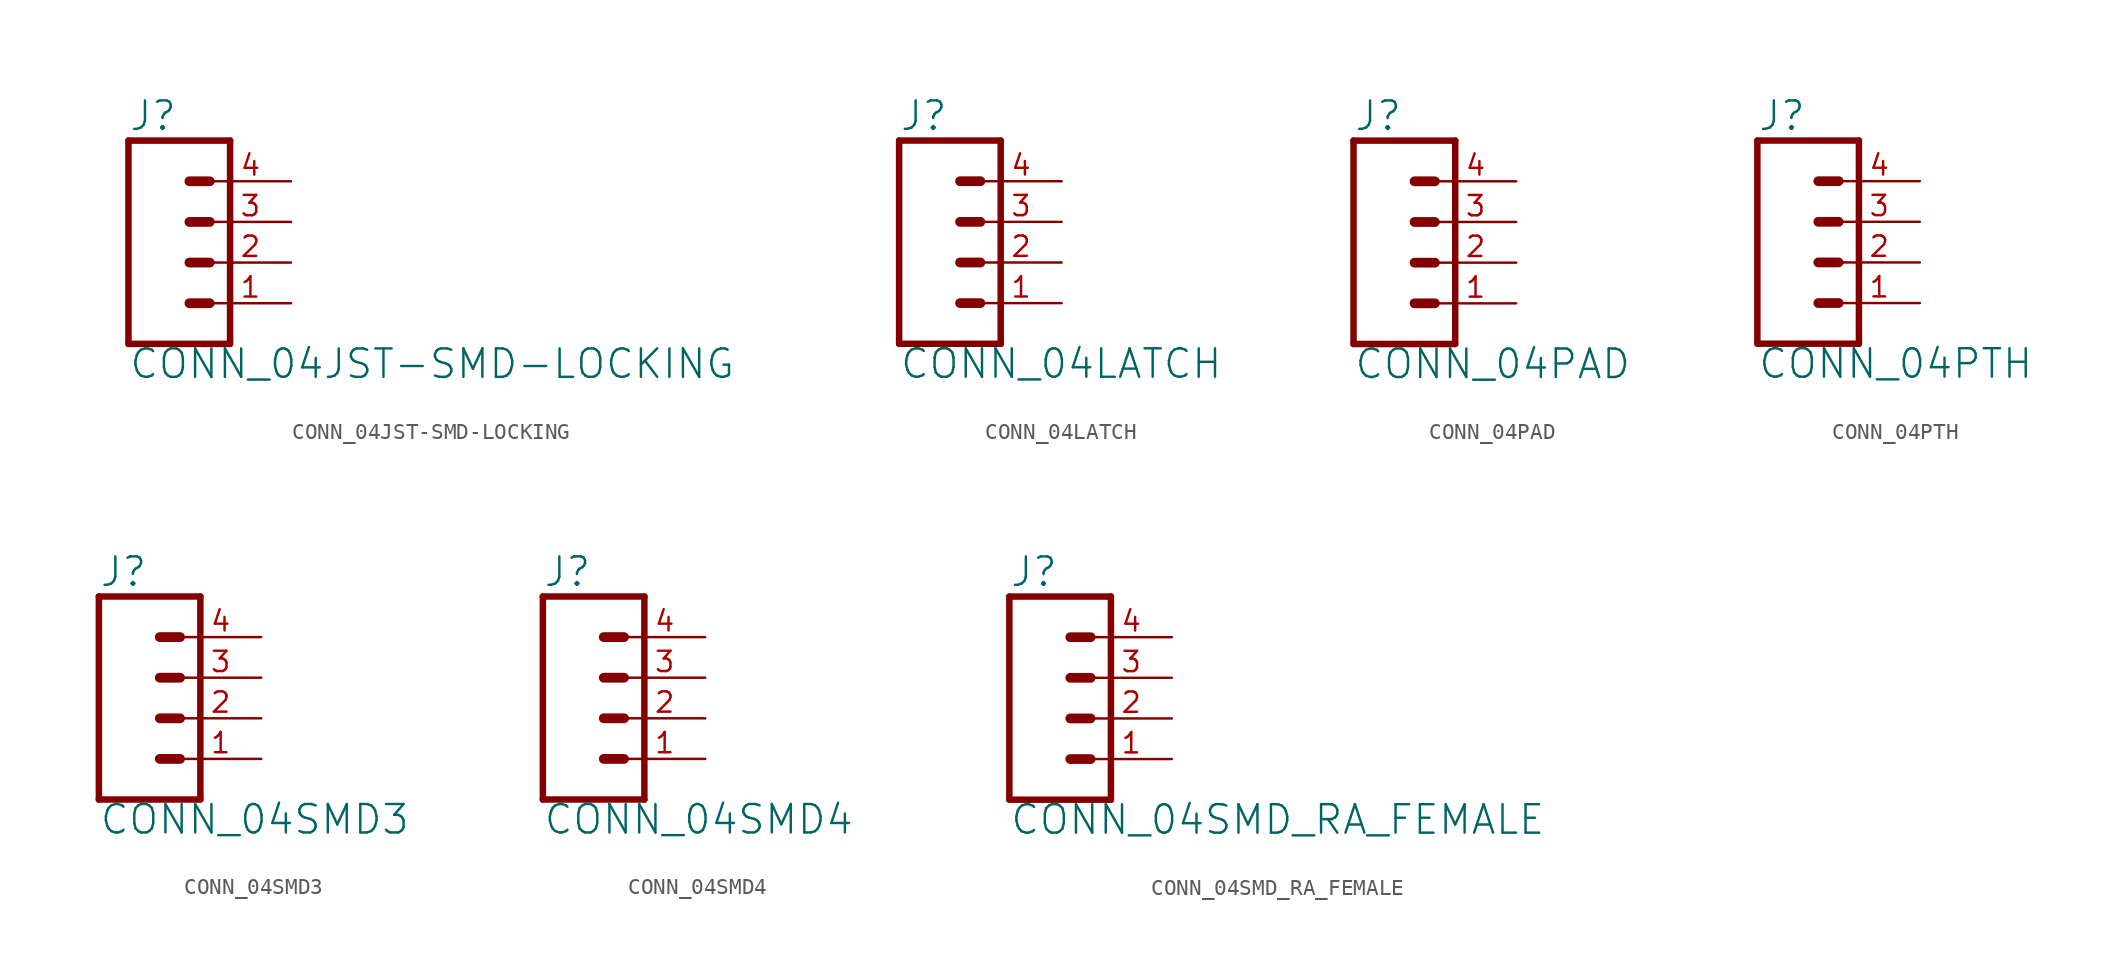
<source format=kicad_sym>
(kicad_symbol_lib
  (version 20211014)
  (generator kicad_symbol_editor)
  (symbol "CONN_04JST-SMD-LOCKING"
    (property "Reference" "J"
      (at -5.08 8.128 0)
      (effects (font (size 1.778 1.778)) (justify left bottom)))
    (property "Value" "CONN_04JST-SMD-LOCKING"
      (at -5.08 -7.366 0)
      (effects (font (size 1.778 1.778)) (justify left bottom)))
    (property "ki_locked" ""
      (at 0 0 0)
      (effects (font (size 1.27 1.27))))
    (symbol "CONN_04JST-SMD-LOCKING_1_0"
      (polyline (pts (xy -5.08 7.62) (xy -5.08 -5.08)) (stroke (width 0.406) (type default) (color 0 0 0 0)) (fill (type none)))
      (polyline (pts (xy -5.08 7.62) (xy 1.27 7.62)) (stroke (width 0.406) (type default) (color 0 0 0 0)) (fill (type none)))
      (polyline (pts (xy -1.27 -2.54) (xy 0 -2.54)) (stroke (width 0.61) (type default) (color 0 0 0 0)) (fill (type none)))
      (polyline (pts (xy -1.27 0) (xy 0 0)) (stroke (width 0.61) (type default) (color 0 0 0 0)) (fill (type none)))
      (polyline (pts (xy -1.27 2.54) (xy 0 2.54)) (stroke (width 0.61) (type default) (color 0 0 0 0)) (fill (type none)))
      (polyline (pts (xy -1.27 5.08) (xy 0 5.08)) (stroke (width 0.61) (type default) (color 0 0 0 0)) (fill (type none)))
      (polyline (pts (xy 1.27 -5.08) (xy -5.08 -5.08)) (stroke (width 0.406) (type default) (color 0 0 0 0)) (fill (type none)))
      (polyline (pts (xy 1.27 -5.08) (xy 1.27 7.62)) (stroke (width 0.406) (type default) (color 0 0 0 0)) (fill (type none)))
      (pin passive line (at 5.08 -2.54 180) (length 5.08) (name "1" (effects (font (size 0 0)))) (number "1" (effects (font (size 1.27 1.27)))))
      (pin passive line (at 5.08 0 180) (length 5.08) (name "2" (effects (font (size 0 0)))) (number "2" (effects (font (size 1.27 1.27)))))
      (pin passive line (at 5.08 2.54 180) (length 5.08) (name "3" (effects (font (size 0 0)))) (number "3" (effects (font (size 1.27 1.27)))))
      (pin passive line (at 5.08 5.08 180) (length 5.08) (name "4" (effects (font (size 0 0)))) (number "4" (effects (font (size 1.27 1.27)))))))
  (symbol "CONN_04LATCH"
    (property "Reference" "J"
      (at -5.08 8.128 0)
      (effects (font (size 1.778 1.778)) (justify left bottom)))
    (property "Value" "CONN_04LATCH"
      (at -5.08 -7.366 0)
      (effects (font (size 1.778 1.778)) (justify left bottom)))
    (property "ki_locked" ""
      (at 0 0 0)
      (effects (font (size 1.27 1.27))))
    (symbol "CONN_04LATCH_1_0"
      (polyline (pts (xy -5.08 7.62) (xy -5.08 -5.08)) (stroke (width 0.406) (type default) (color 0 0 0 0)) (fill (type none)))
      (polyline (pts (xy -5.08 7.62) (xy 1.27 7.62)) (stroke (width 0.406) (type default) (color 0 0 0 0)) (fill (type none)))
      (polyline (pts (xy -1.27 -2.54) (xy 0 -2.54)) (stroke (width 0.61) (type default) (color 0 0 0 0)) (fill (type none)))
      (polyline (pts (xy -1.27 0) (xy 0 0)) (stroke (width 0.61) (type default) (color 0 0 0 0)) (fill (type none)))
      (polyline (pts (xy -1.27 2.54) (xy 0 2.54)) (stroke (width 0.61) (type default) (color 0 0 0 0)) (fill (type none)))
      (polyline (pts (xy -1.27 5.08) (xy 0 5.08)) (stroke (width 0.61) (type default) (color 0 0 0 0)) (fill (type none)))
      (polyline (pts (xy 1.27 -5.08) (xy -5.08 -5.08)) (stroke (width 0.406) (type default) (color 0 0 0 0)) (fill (type none)))
      (polyline (pts (xy 1.27 -5.08) (xy 1.27 7.62)) (stroke (width 0.406) (type default) (color 0 0 0 0)) (fill (type none)))
      (pin passive line (at 5.08 -2.54 180) (length 5.08) (name "1" (effects (font (size 0 0)))) (number "1" (effects (font (size 1.27 1.27)))))
      (pin passive line (at 5.08 0 180) (length 5.08) (name "2" (effects (font (size 0 0)))) (number "2" (effects (font (size 1.27 1.27)))))
      (pin passive line (at 5.08 2.54 180) (length 5.08) (name "3" (effects (font (size 0 0)))) (number "3" (effects (font (size 1.27 1.27)))))
      (pin passive line (at 5.08 5.08 180) (length 5.08) (name "4" (effects (font (size 0 0)))) (number "4" (effects (font (size 1.27 1.27)))))))
  (symbol "CONN_04PAD"
    (property "Reference" "J"
      (at -5.08 8.128 0)
      (effects (font (size 1.778 1.778)) (justify left bottom)))
    (property "Value" "CONN_04PAD"
      (at -5.08 -7.366 0)
      (effects (font (size 1.778 1.778)) (justify left bottom)))
    (property "ki_locked" ""
      (at 0 0 0)
      (effects (font (size 1.27 1.27))))
    (symbol "CONN_04PAD_1_0"
      (polyline (pts (xy -5.08 7.62) (xy -5.08 -5.08)) (stroke (width 0.406) (type default) (color 0 0 0 0)) (fill (type none)))
      (polyline (pts (xy -5.08 7.62) (xy 1.27 7.62)) (stroke (width 0.406) (type default) (color 0 0 0 0)) (fill (type none)))
      (polyline (pts (xy -1.27 -2.54) (xy 0 -2.54)) (stroke (width 0.61) (type default) (color 0 0 0 0)) (fill (type none)))
      (polyline (pts (xy -1.27 0) (xy 0 0)) (stroke (width 0.61) (type default) (color 0 0 0 0)) (fill (type none)))
      (polyline (pts (xy -1.27 2.54) (xy 0 2.54)) (stroke (width 0.61) (type default) (color 0 0 0 0)) (fill (type none)))
      (polyline (pts (xy -1.27 5.08) (xy 0 5.08)) (stroke (width 0.61) (type default) (color 0 0 0 0)) (fill (type none)))
      (polyline (pts (xy 1.27 -5.08) (xy -5.08 -5.08)) (stroke (width 0.406) (type default) (color 0 0 0 0)) (fill (type none)))
      (polyline (pts (xy 1.27 -5.08) (xy 1.27 7.62)) (stroke (width 0.406) (type default) (color 0 0 0 0)) (fill (type none)))
      (pin passive line (at 5.08 -2.54 180) (length 5.08) (name "1" (effects (font (size 0 0)))) (number "1" (effects (font (size 1.27 1.27)))))
      (pin passive line (at 5.08 0 180) (length 5.08) (name "2" (effects (font (size 0 0)))) (number "2" (effects (font (size 1.27 1.27)))))
      (pin passive line (at 5.08 2.54 180) (length 5.08) (name "3" (effects (font (size 0 0)))) (number "3" (effects (font (size 1.27 1.27)))))
      (pin passive line (at 5.08 5.08 180) (length 5.08) (name "4" (effects (font (size 0 0)))) (number "4" (effects (font (size 1.27 1.27)))))))
  (symbol "CONN_04PTH"
    (property "Reference" "J"
      (at -5.08 8.128 0)
      (effects (font (size 1.778 1.778)) (justify left bottom)))
    (property "Value" "CONN_04PTH"
      (at -5.08 -7.366 0)
      (effects (font (size 1.778 1.778)) (justify left bottom)))
    (property "ki_locked" ""
      (at 0 0 0)
      (effects (font (size 1.27 1.27))))
    (symbol "CONN_04PTH_1_0"
      (polyline (pts (xy -5.08 7.62) (xy -5.08 -5.08)) (stroke (width 0.406) (type default) (color 0 0 0 0)) (fill (type none)))
      (polyline (pts (xy -5.08 7.62) (xy 1.27 7.62)) (stroke (width 0.406) (type default) (color 0 0 0 0)) (fill (type none)))
      (polyline (pts (xy -1.27 -2.54) (xy 0 -2.54)) (stroke (width 0.61) (type default) (color 0 0 0 0)) (fill (type none)))
      (polyline (pts (xy -1.27 0) (xy 0 0)) (stroke (width 0.61) (type default) (color 0 0 0 0)) (fill (type none)))
      (polyline (pts (xy -1.27 2.54) (xy 0 2.54)) (stroke (width 0.61) (type default) (color 0 0 0 0)) (fill (type none)))
      (polyline (pts (xy -1.27 5.08) (xy 0 5.08)) (stroke (width 0.61) (type default) (color 0 0 0 0)) (fill (type none)))
      (polyline (pts (xy 1.27 -5.08) (xy -5.08 -5.08)) (stroke (width 0.406) (type default) (color 0 0 0 0)) (fill (type none)))
      (polyline (pts (xy 1.27 -5.08) (xy 1.27 7.62)) (stroke (width 0.406) (type default) (color 0 0 0 0)) (fill (type none)))
      (pin passive line (at 5.08 -2.54 180) (length 5.08) (name "1" (effects (font (size 0 0)))) (number "1" (effects (font (size 1.27 1.27)))))
      (pin passive line (at 5.08 0 180) (length 5.08) (name "2" (effects (font (size 0 0)))) (number "2" (effects (font (size 1.27 1.27)))))
      (pin passive line (at 5.08 2.54 180) (length 5.08) (name "3" (effects (font (size 0 0)))) (number "3" (effects (font (size 1.27 1.27)))))
      (pin passive line (at 5.08 5.08 180) (length 5.08) (name "4" (effects (font (size 0 0)))) (number "4" (effects (font (size 1.27 1.27)))))))
  (symbol "CONN_04SMD3"
    (property "Reference" "J"
      (at -5.08 8.128 0)
      (effects (font (size 1.778 1.778)) (justify left bottom)))
    (property "Value" "CONN_04SMD3"
      (at -5.08 -7.366 0)
      (effects (font (size 1.778 1.778)) (justify left bottom)))
    (property "ki_locked" ""
      (at 0 0 0)
      (effects (font (size 1.27 1.27))))
    (symbol "CONN_04SMD3_1_0"
      (polyline (pts (xy -5.08 7.62) (xy -5.08 -5.08)) (stroke (width 0.406) (type default) (color 0 0 0 0)) (fill (type none)))
      (polyline (pts (xy -5.08 7.62) (xy 1.27 7.62)) (stroke (width 0.406) (type default) (color 0 0 0 0)) (fill (type none)))
      (polyline (pts (xy -1.27 -2.54) (xy 0 -2.54)) (stroke (width 0.61) (type default) (color 0 0 0 0)) (fill (type none)))
      (polyline (pts (xy -1.27 0) (xy 0 0)) (stroke (width 0.61) (type default) (color 0 0 0 0)) (fill (type none)))
      (polyline (pts (xy -1.27 2.54) (xy 0 2.54)) (stroke (width 0.61) (type default) (color 0 0 0 0)) (fill (type none)))
      (polyline (pts (xy -1.27 5.08) (xy 0 5.08)) (stroke (width 0.61) (type default) (color 0 0 0 0)) (fill (type none)))
      (polyline (pts (xy 1.27 -5.08) (xy -5.08 -5.08)) (stroke (width 0.406) (type default) (color 0 0 0 0)) (fill (type none)))
      (polyline (pts (xy 1.27 -5.08) (xy 1.27 7.62)) (stroke (width 0.406) (type default) (color 0 0 0 0)) (fill (type none)))
      (pin passive line (at 5.08 -2.54 180) (length 5.08) (name "1" (effects (font (size 0 0)))) (number "1" (effects (font (size 1.27 1.27)))))
      (pin passive line (at 5.08 0 180) (length 5.08) (name "2" (effects (font (size 0 0)))) (number "2" (effects (font (size 1.27 1.27)))))
      (pin passive line (at 5.08 2.54 180) (length 5.08) (name "3" (effects (font (size 0 0)))) (number "3" (effects (font (size 1.27 1.27)))))
      (pin passive line (at 5.08 5.08 180) (length 5.08) (name "4" (effects (font (size 0 0)))) (number "4" (effects (font (size 1.27 1.27)))))))
  (symbol "CONN_04SMD4"
    (property "Reference" "J"
      (at -5.08 8.128 0)
      (effects (font (size 1.778 1.778)) (justify left bottom)))
    (property "Value" "CONN_04SMD4"
      (at -5.08 -7.366 0)
      (effects (font (size 1.778 1.778)) (justify left bottom)))
    (property "ki_locked" ""
      (at 0 0 0)
      (effects (font (size 1.27 1.27))))
    (symbol "CONN_04SMD4_1_0"
      (polyline (pts (xy -5.08 7.62) (xy -5.08 -5.08)) (stroke (width 0.406) (type default) (color 0 0 0 0)) (fill (type none)))
      (polyline (pts (xy -5.08 7.62) (xy 1.27 7.62)) (stroke (width 0.406) (type default) (color 0 0 0 0)) (fill (type none)))
      (polyline (pts (xy -1.27 -2.54) (xy 0 -2.54)) (stroke (width 0.61) (type default) (color 0 0 0 0)) (fill (type none)))
      (polyline (pts (xy -1.27 0) (xy 0 0)) (stroke (width 0.61) (type default) (color 0 0 0 0)) (fill (type none)))
      (polyline (pts (xy -1.27 2.54) (xy 0 2.54)) (stroke (width 0.61) (type default) (color 0 0 0 0)) (fill (type none)))
      (polyline (pts (xy -1.27 5.08) (xy 0 5.08)) (stroke (width 0.61) (type default) (color 0 0 0 0)) (fill (type none)))
      (polyline (pts (xy 1.27 -5.08) (xy -5.08 -5.08)) (stroke (width 0.406) (type default) (color 0 0 0 0)) (fill (type none)))
      (polyline (pts (xy 1.27 -5.08) (xy 1.27 7.62)) (stroke (width 0.406) (type default) (color 0 0 0 0)) (fill (type none)))
      (pin passive line (at 5.08 -2.54 180) (length 5.08) (name "1" (effects (font (size 0 0)))) (number "1" (effects (font (size 1.27 1.27)))))
      (pin passive line (at 5.08 0 180) (length 5.08) (name "2" (effects (font (size 0 0)))) (number "2" (effects (font (size 1.27 1.27)))))
      (pin passive line (at 5.08 2.54 180) (length 5.08) (name "3" (effects (font (size 0 0)))) (number "3" (effects (font (size 1.27 1.27)))))
      (pin passive line (at 5.08 5.08 180) (length 5.08) (name "4" (effects (font (size 0 0)))) (number "4" (effects (font (size 1.27 1.27)))))))
  (symbol "CONN_04SMD_RA_FEMALE"
    (property "Reference" "J"
      (at -5.08 8.128 0)
      (effects (font (size 1.778 1.778)) (justify left bottom)))
    (property "Value" "CONN_04SMD_RA_FEMALE"
      (at -5.08 -7.366 0)
      (effects (font (size 1.778 1.778)) (justify left bottom)))
    (property "ki_locked" ""
      (at 0 0 0)
      (effects (font (size 1.27 1.27))))
    (symbol "CONN_04SMD_RA_FEMALE_1_0"
      (polyline (pts (xy -5.08 7.62) (xy -5.08 -5.08)) (stroke (width 0.406) (type default) (color 0 0 0 0)) (fill (type none)))
      (polyline (pts (xy -5.08 7.62) (xy 1.27 7.62)) (stroke (width 0.406) (type default) (color 0 0 0 0)) (fill (type none)))
      (polyline (pts (xy -1.27 -2.54) (xy 0 -2.54)) (stroke (width 0.61) (type default) (color 0 0 0 0)) (fill (type none)))
      (polyline (pts (xy -1.27 0) (xy 0 0)) (stroke (width 0.61) (type default) (color 0 0 0 0)) (fill (type none)))
      (polyline (pts (xy -1.27 2.54) (xy 0 2.54)) (stroke (width 0.61) (type default) (color 0 0 0 0)) (fill (type none)))
      (polyline (pts (xy -1.27 5.08) (xy 0 5.08)) (stroke (width 0.61) (type default) (color 0 0 0 0)) (fill (type none)))
      (polyline (pts (xy 1.27 -5.08) (xy -5.08 -5.08)) (stroke (width 0.406) (type default) (color 0 0 0 0)) (fill (type none)))
      (polyline (pts (xy 1.27 -5.08) (xy 1.27 7.62)) (stroke (width 0.406) (type default) (color 0 0 0 0)) (fill (type none)))
      (pin passive line (at 5.08 -2.54 180) (length 5.08) (name "1" (effects (font (size 0 0)))) (number "1" (effects (font (size 1.27 1.27)))))
      (pin passive line (at 5.08 0 180) (length 5.08) (name "2" (effects (font (size 0 0)))) (number "2" (effects (font (size 1.27 1.27)))))
      (pin passive line (at 5.08 2.54 180) (length 5.08) (name "3" (effects (font (size 0 0)))) (number "3" (effects (font (size 1.27 1.27)))))
      (pin passive line (at 5.08 5.08 180) (length 5.08) (name "4" (effects (font (size 0 0)))) (number "4" (effects (font (size 1.27 1.27))))))))
</source>
